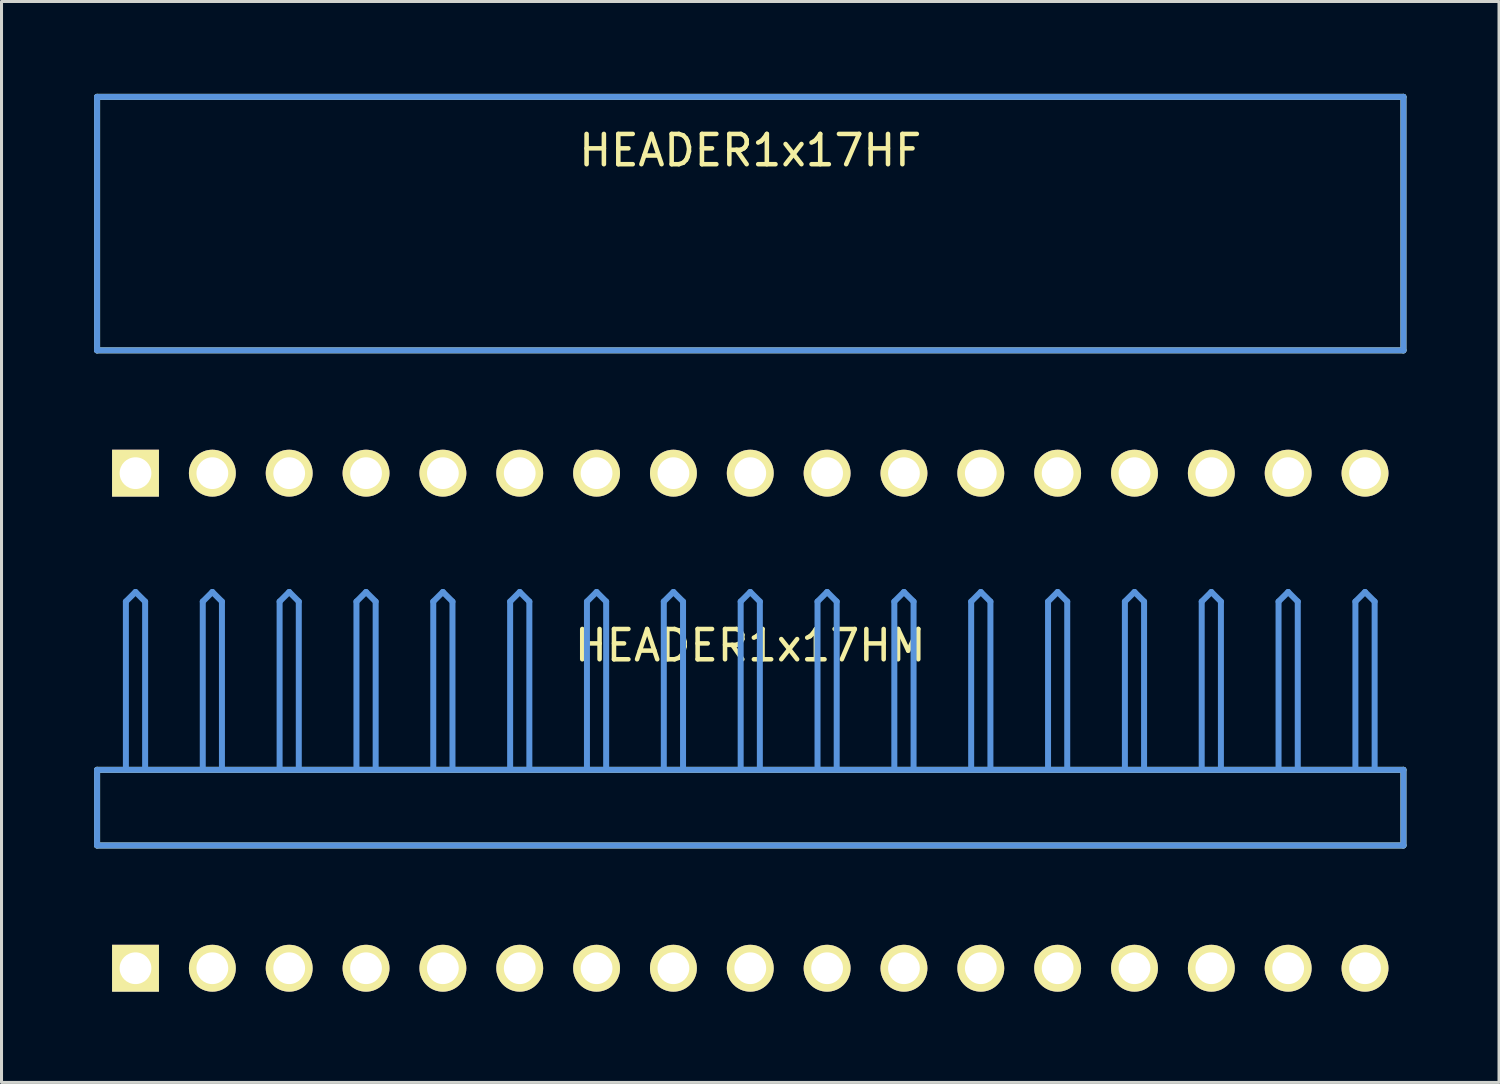
<source format=kicad_pcb>
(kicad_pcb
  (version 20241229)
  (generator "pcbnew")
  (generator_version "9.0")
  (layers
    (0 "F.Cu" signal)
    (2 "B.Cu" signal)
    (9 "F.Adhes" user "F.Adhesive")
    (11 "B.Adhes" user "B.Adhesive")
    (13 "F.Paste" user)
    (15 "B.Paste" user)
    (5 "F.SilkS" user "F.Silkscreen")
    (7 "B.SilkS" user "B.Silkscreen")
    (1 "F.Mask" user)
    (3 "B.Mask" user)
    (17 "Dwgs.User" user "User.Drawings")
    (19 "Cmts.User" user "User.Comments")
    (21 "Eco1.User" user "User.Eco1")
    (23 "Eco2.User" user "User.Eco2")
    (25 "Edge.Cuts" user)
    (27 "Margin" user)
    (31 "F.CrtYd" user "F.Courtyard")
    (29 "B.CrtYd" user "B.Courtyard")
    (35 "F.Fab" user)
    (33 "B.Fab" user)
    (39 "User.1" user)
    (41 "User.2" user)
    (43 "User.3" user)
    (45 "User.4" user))
  (footprint "HEADER1x17HM"
    (layer "F.Cu")
    (at 1.429 28.954)
    (property "Reference" "HEADER1x17HM" (at 20.32 -10.668 0) (layer "F.SilkS") (effects (font (size 1.001 1.001) (thickness 0.15))))
    (attr through_hole)
    (fp_line (start -1.27 -6.558) (end -1.27 -4.059) (stroke (width 0.198) (type solid)) (layer "F.SilkS"))
    (fp_line (start -1.27 -4.059) (end 41.91 -4.059) (stroke (width 0.198) (type solid)) (layer "F.SilkS"))
    (fp_line (start 41.91 -6.558) (end -1.27 -6.558) (stroke (width 0.198) (type solid)) (layer "F.SilkS"))
    (fp_line (start 41.91 -4.059) (end 41.91 -6.558) (stroke (width 0.198) (type solid)) (layer "F.SilkS"))
    (fp_line (start -1.27 -6.558) (end -1.27 -4.059) (stroke (width 0.198) (type solid)) (layer "Cmts.User"))
    (fp_line (start -1.27 -4.059) (end 41.91 -4.059) (stroke (width 0.198) (type solid)) (layer "Cmts.User"))
    (fp_line (start -0.318 -12.121) (end 0 -12.438) (stroke (width 0.198) (type solid)) (layer "Cmts.User"))
    (fp_line (start -0.318 -6.599) (end -0.318 -12.121) (stroke (width 0.198) (type solid)) (layer "Cmts.User"))
    (fp_line (start 0.318 -12.121) (end 0 -12.438) (stroke (width 0.198) (type solid)) (layer "Cmts.User"))
    (fp_line (start 0.318 -6.599) (end 0.318 -12.121) (stroke (width 0.198) (type solid)) (layer "Cmts.User"))
    (fp_line (start 2.223 -12.121) (end 2.54 -12.438) (stroke (width 0.198) (type solid)) (layer "Cmts.User"))
    (fp_line (start 2.223 -6.599) (end 2.223 -12.121) (stroke (width 0.198) (type solid)) (layer "Cmts.User"))
    (fp_line (start 2.857 -12.121) (end 2.54 -12.438) (stroke (width 0.198) (type solid)) (layer "Cmts.User"))
    (fp_line (start 2.857 -6.599) (end 2.857 -12.121) (stroke (width 0.198) (type solid)) (layer "Cmts.User"))
    (fp_line (start 4.763 -12.121) (end 5.08 -12.438) (stroke (width 0.198) (type solid)) (layer "Cmts.User"))
    (fp_line (start 4.763 -6.599) (end 4.763 -12.121) (stroke (width 0.198) (type solid)) (layer "Cmts.User"))
    (fp_line (start 5.397 -12.121) (end 5.08 -12.438) (stroke (width 0.198) (type solid)) (layer "Cmts.User"))
    (fp_line (start 5.397 -6.599) (end 5.397 -12.121) (stroke (width 0.198) (type solid)) (layer "Cmts.User"))
    (fp_line (start 7.303 -12.121) (end 7.62 -12.438) (stroke (width 0.198) (type solid)) (layer "Cmts.User"))
    (fp_line (start 7.303 -6.599) (end 7.303 -12.121) (stroke (width 0.198) (type solid)) (layer "Cmts.User"))
    (fp_line (start 7.938 -12.121) (end 7.62 -12.438) (stroke (width 0.198) (type solid)) (layer "Cmts.User"))
    (fp_line (start 7.938 -6.599) (end 7.938 -12.121) (stroke (width 0.198) (type solid)) (layer "Cmts.User"))
    (fp_line (start 9.842 -12.121) (end 10.16 -12.438) (stroke (width 0.198) (type solid)) (layer "Cmts.User"))
    (fp_line (start 9.842 -6.599) (end 9.842 -12.121) (stroke (width 0.198) (type solid)) (layer "Cmts.User"))
    (fp_line (start 10.477 -12.121) (end 10.16 -12.438) (stroke (width 0.198) (type solid)) (layer "Cmts.User"))
    (fp_line (start 10.477 -6.599) (end 10.477 -12.121) (stroke (width 0.198) (type solid)) (layer "Cmts.User"))
    (fp_line (start 12.383 -12.121) (end 12.7 -12.438) (stroke (width 0.198) (type solid)) (layer "Cmts.User"))
    (fp_line (start 12.383 -6.599) (end 12.383 -12.121) (stroke (width 0.198) (type solid)) (layer "Cmts.User"))
    (fp_line (start 13.018 -12.121) (end 12.7 -12.438) (stroke (width 0.198) (type solid)) (layer "Cmts.User"))
    (fp_line (start 13.018 -6.599) (end 13.018 -12.121) (stroke (width 0.198) (type solid)) (layer "Cmts.User"))
    (fp_line (start 14.922 -12.121) (end 15.24 -12.438) (stroke (width 0.198) (type solid)) (layer "Cmts.User"))
    (fp_line (start 14.922 -6.599) (end 14.922 -12.121) (stroke (width 0.198) (type solid)) (layer "Cmts.User"))
    (fp_line (start 15.557 -12.121) (end 15.24 -12.438) (stroke (width 0.198) (type solid)) (layer "Cmts.User"))
    (fp_line (start 15.557 -6.599) (end 15.557 -12.121) (stroke (width 0.198) (type solid)) (layer "Cmts.User"))
    (fp_line (start 17.462 -12.121) (end 17.78 -12.438) (stroke (width 0.198) (type solid)) (layer "Cmts.User"))
    (fp_line (start 17.462 -6.599) (end 17.462 -12.121) (stroke (width 0.198) (type solid)) (layer "Cmts.User"))
    (fp_line (start 18.098 -12.121) (end 17.78 -12.438) (stroke (width 0.198) (type solid)) (layer "Cmts.User"))
    (fp_line (start 18.098 -6.599) (end 18.098 -12.121) (stroke (width 0.198) (type solid)) (layer "Cmts.User"))
    (fp_line (start 20.003 -12.121) (end 20.32 -12.438) (stroke (width 0.198) (type solid)) (layer "Cmts.User"))
    (fp_line (start 20.003 -6.599) (end 20.003 -12.121) (stroke (width 0.198) (type solid)) (layer "Cmts.User"))
    (fp_line (start 20.637 -12.121) (end 20.32 -12.438) (stroke (width 0.198) (type solid)) (layer "Cmts.User"))
    (fp_line (start 20.637 -6.599) (end 20.637 -12.121) (stroke (width 0.198) (type solid)) (layer "Cmts.User"))
    (fp_line (start 22.543 -12.121) (end 22.86 -12.438) (stroke (width 0.198) (type solid)) (layer "Cmts.User"))
    (fp_line (start 22.543 -6.599) (end 22.543 -12.121) (stroke (width 0.198) (type solid)) (layer "Cmts.User"))
    (fp_line (start 23.177 -12.121) (end 22.86 -12.438) (stroke (width 0.198) (type solid)) (layer "Cmts.User"))
    (fp_line (start 23.177 -6.599) (end 23.177 -12.121) (stroke (width 0.198) (type solid)) (layer "Cmts.User"))
    (fp_line (start 25.082 -12.121) (end 25.4 -12.438) (stroke (width 0.198) (type solid)) (layer "Cmts.User"))
    (fp_line (start 25.082 -6.599) (end 25.082 -12.121) (stroke (width 0.198) (type solid)) (layer "Cmts.User"))
    (fp_line (start 25.718 -12.121) (end 25.4 -12.438) (stroke (width 0.198) (type solid)) (layer "Cmts.User"))
    (fp_line (start 25.718 -6.599) (end 25.718 -12.121) (stroke (width 0.198) (type solid)) (layer "Cmts.User"))
    (fp_line (start 27.622 -12.121) (end 27.94 -12.438) (stroke (width 0.198) (type solid)) (layer "Cmts.User"))
    (fp_line (start 27.622 -6.599) (end 27.622 -12.121) (stroke (width 0.198) (type solid)) (layer "Cmts.User"))
    (fp_line (start 28.258 -12.121) (end 27.94 -12.438) (stroke (width 0.198) (type solid)) (layer "Cmts.User"))
    (fp_line (start 28.258 -6.599) (end 28.258 -12.121) (stroke (width 0.198) (type solid)) (layer "Cmts.User"))
    (fp_line (start 30.163 -12.121) (end 30.48 -12.438) (stroke (width 0.198) (type solid)) (layer "Cmts.User"))
    (fp_line (start 30.163 -6.599) (end 30.163 -12.121) (stroke (width 0.198) (type solid)) (layer "Cmts.User"))
    (fp_line (start 30.797 -12.121) (end 30.48 -12.438) (stroke (width 0.198) (type solid)) (layer "Cmts.User"))
    (fp_line (start 30.797 -6.599) (end 30.797 -12.121) (stroke (width 0.198) (type solid)) (layer "Cmts.User"))
    (fp_line (start 32.703 -12.121) (end 33.02 -12.438) (stroke (width 0.198) (type solid)) (layer "Cmts.User"))
    (fp_line (start 32.703 -6.599) (end 32.703 -12.121) (stroke (width 0.198) (type solid)) (layer "Cmts.User"))
    (fp_line (start 33.337 -12.121) (end 33.02 -12.438) (stroke (width 0.198) (type solid)) (layer "Cmts.User"))
    (fp_line (start 33.337 -6.599) (end 33.337 -12.121) (stroke (width 0.198) (type solid)) (layer "Cmts.User"))
    (fp_line (start 35.242 -12.121) (end 35.56 -12.438) (stroke (width 0.198) (type solid)) (layer "Cmts.User"))
    (fp_line (start 35.242 -6.599) (end 35.242 -12.121) (stroke (width 0.198) (type solid)) (layer "Cmts.User"))
    (fp_line (start 35.877 -12.121) (end 35.56 -12.438) (stroke (width 0.198) (type solid)) (layer "Cmts.User"))
    (fp_line (start 35.877 -6.599) (end 35.877 -12.121) (stroke (width 0.198) (type solid)) (layer "Cmts.User"))
    (fp_line (start 37.782 -12.121) (end 38.1 -12.438) (stroke (width 0.198) (type solid)) (layer "Cmts.User"))
    (fp_line (start 37.782 -6.599) (end 37.782 -12.121) (stroke (width 0.198) (type solid)) (layer "Cmts.User"))
    (fp_line (start 38.417 -12.121) (end 38.1 -12.438) (stroke (width 0.198) (type solid)) (layer "Cmts.User"))
    (fp_line (start 38.417 -6.599) (end 38.417 -12.121) (stroke (width 0.198) (type solid)) (layer "Cmts.User"))
    (fp_line (start 40.322 -12.121) (end 40.64 -12.438) (stroke (width 0.198) (type solid)) (layer "Cmts.User"))
    (fp_line (start 40.322 -6.599) (end 40.322 -12.121) (stroke (width 0.198) (type solid)) (layer "Cmts.User"))
    (fp_line (start 40.958 -12.121) (end 40.64 -12.438) (stroke (width 0.198) (type solid)) (layer "Cmts.User"))
    (fp_line (start 40.958 -6.599) (end 40.958 -12.121) (stroke (width 0.198) (type solid)) (layer "Cmts.User"))
    (fp_line (start 41.91 -6.558) (end -1.27 -6.558) (stroke (width 0.198) (type solid)) (layer "Cmts.User"))
    (fp_line (start 41.91 -4.059) (end 41.91 -6.558) (stroke (width 0.198) (type solid)) (layer "Cmts.User"))
    (fp_line (start -1.379 -12.54) (end 42.019 -12.54) (stroke (width 0.099) (type solid)) (layer "Eco1.User"))
    (fp_line (start -1.379 -1.14) (end -1.379 -12.54) (stroke (width 0.099) (type solid)) (layer "Eco1.User"))
    (fp_line (start 42.019 -12.54) (end 42.019 -1.14) (stroke (width 0.099) (type solid)) (layer "Eco1.User"))
    (fp_line (start 42.019 -1.14) (end -1.379 -1.14) (stroke (width 0.099) (type solid)) (layer "Eco1.User"))
    (pad "1" thru_hole rect (at 0 0) (size 1.549 1.549) (drill 1.049) (layers "*.Cu" "*.Mask" "F.SilkS"))
    (pad "2" thru_hole circle (at 2.54 0) (size 1.549 1.549) (drill 1.049) (layers "*.Cu" "*.Mask" "F.SilkS"))
    (pad "3" thru_hole circle (at 5.08 0) (size 1.549 1.549) (drill 1.049) (layers "*.Cu" "*.Mask" "F.SilkS"))
    (pad "4" thru_hole circle (at 7.62 0) (size 1.549 1.549) (drill 1.049) (layers "*.Cu" "*.Mask" "F.SilkS"))
    (pad "5" thru_hole circle (at 10.16 0) (size 1.549 1.549) (drill 1.049) (layers "*.Cu" "*.Mask" "F.SilkS"))
    (pad "6" thru_hole circle (at 12.7 0) (size 1.549 1.549) (drill 1.049) (layers "*.Cu" "*.Mask" "F.SilkS"))
    (pad "7" thru_hole circle (at 15.24 0) (size 1.549 1.549) (drill 1.049) (layers "*.Cu" "*.Mask" "F.SilkS"))
    (pad "8" thru_hole circle (at 17.78 0) (size 1.549 1.549) (drill 1.049) (layers "*.Cu" "*.Mask" "F.SilkS"))
    (pad "9" thru_hole circle (at 20.32 0) (size 1.549 1.549) (drill 1.049) (layers "*.Cu" "*.Mask" "F.SilkS"))
    (pad "10" thru_hole circle (at 22.86 0) (size 1.549 1.549) (drill 1.049) (layers "*.Cu" "*.Mask" "F.SilkS"))
    (pad "11" thru_hole circle (at 25.4 0) (size 1.549 1.549) (drill 1.049) (layers "*.Cu" "*.Mask" "F.SilkS"))
    (pad "12" thru_hole circle (at 27.94 0) (size 1.549 1.549) (drill 1.049) (layers "*.Cu" "*.Mask" "F.SilkS"))
    (pad "13" thru_hole circle (at 30.48 0) (size 1.549 1.549) (drill 1.049) (layers "*.Cu" "*.Mask" "F.SilkS"))
    (pad "14" thru_hole circle (at 33.02 0) (size 1.549 1.549) (drill 1.049) (layers "*.Cu" "*.Mask" "F.SilkS"))
    (pad "15" thru_hole circle (at 35.56 0) (size 1.549 1.549) (drill 1.049) (layers "*.Cu" "*.Mask" "F.SilkS"))
    (pad "16" thru_hole circle (at 38.1 0) (size 1.549 1.549) (drill 1.049) (layers "*.Cu" "*.Mask" "F.SilkS"))
    (pad "17" thru_hole circle (at 40.64 0) (size 1.549 1.549) (drill 1.049) (layers "*.Cu" "*.Mask" "F.SilkS")))
  (footprint "HEADER1x17HF"
    (layer "F.Cu")
    (at 1.429 12.59)
    (property "Reference" "HEADER1x17HF" (at 20.32 -10.668 0) (layer "F.SilkS") (effects (font (size 1.001 1.001) (thickness 0.15))))
    (attr through_hole)
    (fp_line (start -1.27 -12.438) (end -1.27 -4.059) (stroke (width 0.198) (type solid)) (layer "F.SilkS"))
    (fp_line (start -1.27 -4.059) (end 41.91 -4.059) (stroke (width 0.198) (type solid)) (layer "F.SilkS"))
    (fp_line (start 41.91 -12.438) (end -1.27 -12.438) (stroke (width 0.198) (type solid)) (layer "F.SilkS"))
    (fp_line (start 41.91 -4.059) (end 41.91 -12.438) (stroke (width 0.198) (type solid)) (layer "F.SilkS"))
    (fp_line (start -1.27 -12.438) (end -1.27 -4.059) (stroke (width 0.198) (type solid)) (layer "Cmts.User"))
    (fp_line (start -1.27 -4.059) (end 41.91 -4.059) (stroke (width 0.198) (type solid)) (layer "Cmts.User"))
    (fp_line (start 41.91 -12.438) (end -1.27 -12.438) (stroke (width 0.198) (type solid)) (layer "Cmts.User"))
    (fp_line (start 41.91 -4.059) (end 41.91 -12.438) (stroke (width 0.198) (type solid)) (layer "Cmts.User"))
    (fp_line (start -1.379 -12.54) (end 42.019 -12.54) (stroke (width 0.099) (type solid)) (layer "Eco1.User"))
    (fp_line (start -1.379 -1.14) (end -1.379 -12.54) (stroke (width 0.099) (type solid)) (layer "Eco1.User"))
    (fp_line (start 42.019 -12.54) (end 42.019 -1.14) (stroke (width 0.099) (type solid)) (layer "Eco1.User"))
    (fp_line (start 42.019 -1.14) (end -1.379 -1.14) (stroke (width 0.099) (type solid)) (layer "Eco1.User"))
    (pad "1" thru_hole rect (at 0 0) (size 1.549 1.549) (drill 1.049) (layers "*.Cu" "*.Mask" "F.SilkS"))
    (pad "2" thru_hole circle (at 2.54 0) (size 1.549 1.549) (drill 1.049) (layers "*.Cu" "*.Mask" "F.SilkS"))
    (pad "3" thru_hole circle (at 5.08 0) (size 1.549 1.549) (drill 1.049) (layers "*.Cu" "*.Mask" "F.SilkS"))
    (pad "4" thru_hole circle (at 7.62 0) (size 1.549 1.549) (drill 1.049) (layers "*.Cu" "*.Mask" "F.SilkS"))
    (pad "5" thru_hole circle (at 10.16 0) (size 1.549 1.549) (drill 1.049) (layers "*.Cu" "*.Mask" "F.SilkS"))
    (pad "6" thru_hole circle (at 12.7 0) (size 1.549 1.549) (drill 1.049) (layers "*.Cu" "*.Mask" "F.SilkS"))
    (pad "7" thru_hole circle (at 15.24 0) (size 1.549 1.549) (drill 1.049) (layers "*.Cu" "*.Mask" "F.SilkS"))
    (pad "8" thru_hole circle (at 17.78 0) (size 1.549 1.549) (drill 1.049) (layers "*.Cu" "*.Mask" "F.SilkS"))
    (pad "9" thru_hole circle (at 20.32 0) (size 1.549 1.549) (drill 1.049) (layers "*.Cu" "*.Mask" "F.SilkS"))
    (pad "10" thru_hole circle (at 22.86 0) (size 1.549 1.549) (drill 1.049) (layers "*.Cu" "*.Mask" "F.SilkS"))
    (pad "11" thru_hole circle (at 25.4 0) (size 1.549 1.549) (drill 1.049) (layers "*.Cu" "*.Mask" "F.SilkS"))
    (pad "12" thru_hole circle (at 27.94 0) (size 1.549 1.549) (drill 1.049) (layers "*.Cu" "*.Mask" "F.SilkS"))
    (pad "13" thru_hole circle (at 30.48 0) (size 1.549 1.549) (drill 1.049) (layers "*.Cu" "*.Mask" "F.SilkS"))
    (pad "14" thru_hole circle (at 33.02 0) (size 1.549 1.549) (drill 1.049) (layers "*.Cu" "*.Mask" "F.SilkS"))
    (pad "15" thru_hole circle (at 35.56 0) (size 1.549 1.549) (drill 1.049) (layers "*.Cu" "*.Mask" "F.SilkS"))
    (pad "16" thru_hole circle (at 38.1 0) (size 1.549 1.549) (drill 1.049) (layers "*.Cu" "*.Mask" "F.SilkS"))
    (pad "17" thru_hole circle (at 40.64 0) (size 1.549 1.549) (drill 1.049) (layers "*.Cu" "*.Mask" "F.SilkS")))
  (gr_rect
    (start -3 -3)
    (end 46.498 32.728)
    (stroke (width 0.1) (type default))
    (fill no)
    (layer "Edge.Cuts")))
</source>
